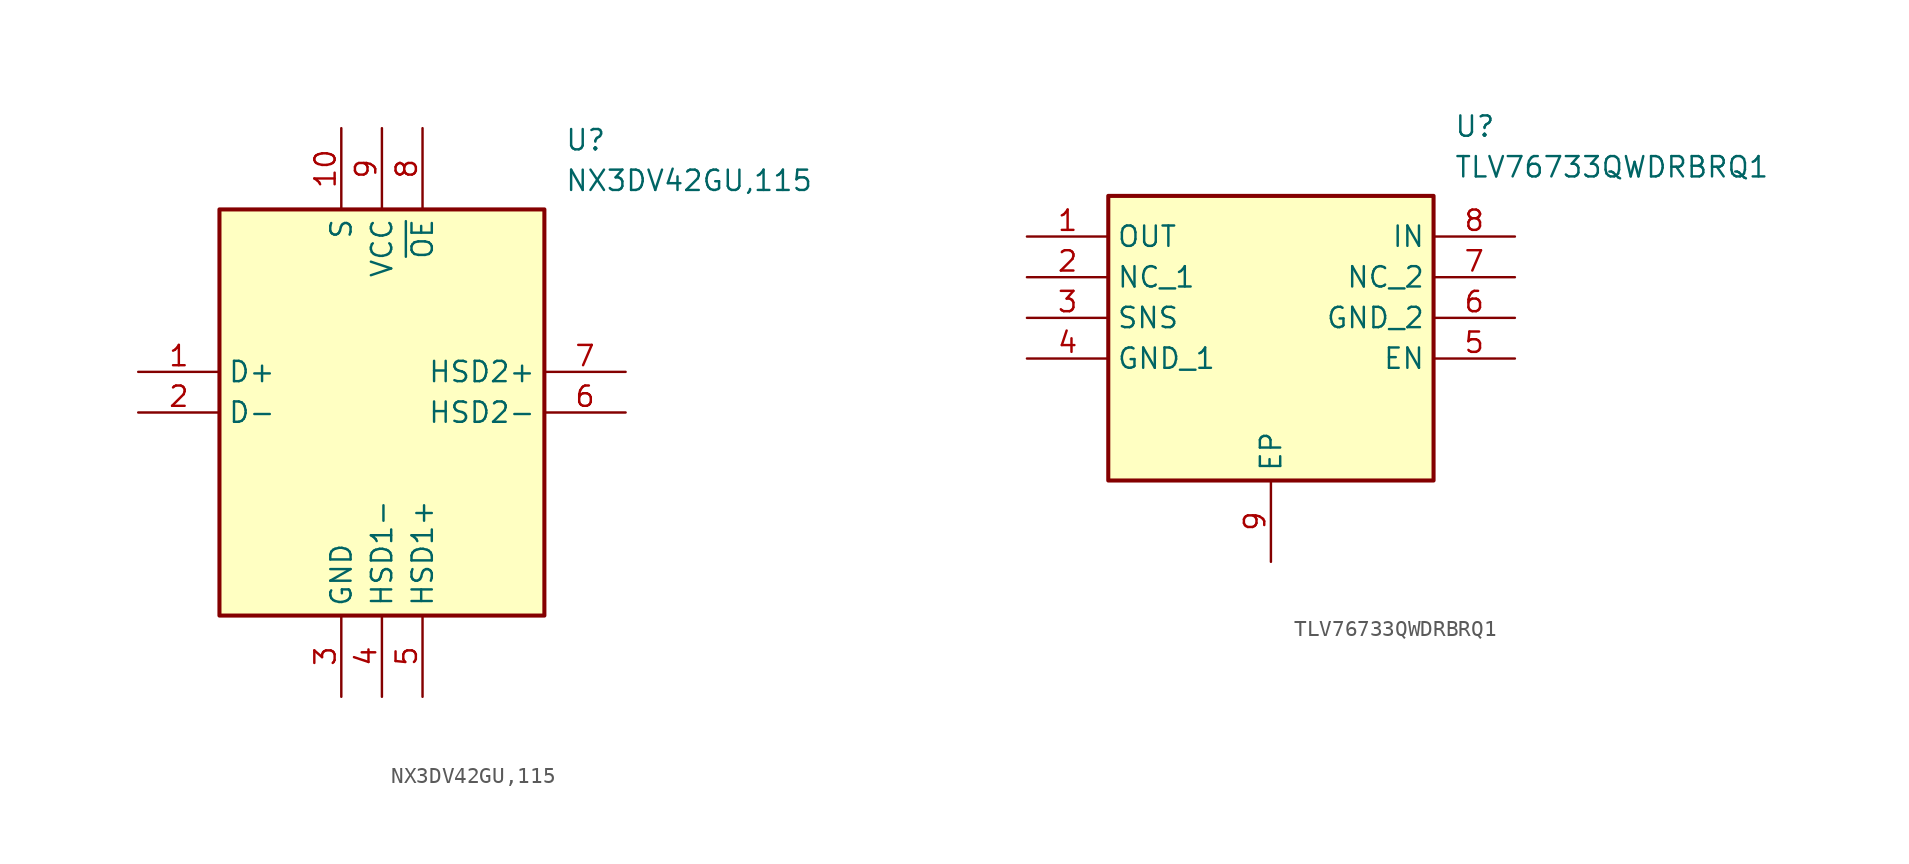
<source format=kicad_sym>
(kicad_symbol_lib
  (version 20231120)
  (generator "kicad_symbol_editor")
  (generator_version "8.0")
  (symbol "NX3DV42GU,115"
    (property "Reference" "U"
      (at 26.67 15.24 0)
      (effects (font (size 1.27 1.27)) (justify left top)))
    (property "Value" "NX3DV42GU,115"
      (at 26.67 12.7 0)
      (effects (font (size 1.27 1.27)) (justify left top)))
    (symbol "NX3DV42GU,115_1_1"
      (rectangle (start 5.08 10.16) (end 25.4 -15.24) (stroke (width 0.254) (type default)) (fill (type background)))
      (pin passive line (at 0 0 0) (length 5.08) (name "D+" (effects (font (size 1.27 1.27)))) (number "1" (effects (font (size 1.27 1.27)))))
      (pin passive line (at 12.7 15.24 270) (length 5.08) (name "S" (effects (font (size 1.27 1.27)))) (number "10" (effects (font (size 1.27 1.27)))))
      (pin passive line (at 0 -2.54 0) (length 5.08) (name "D-" (effects (font (size 1.27 1.27)))) (number "2" (effects (font (size 1.27 1.27)))))
      (pin passive line (at 12.7 -20.32 90) (length 5.08) (name "GND" (effects (font (size 1.27 1.27)))) (number "3" (effects (font (size 1.27 1.27)))))
      (pin passive line (at 15.24 -20.32 90) (length 5.08) (name "HSD1-" (effects (font (size 1.27 1.27)))) (number "4" (effects (font (size 1.27 1.27)))))
      (pin passive line (at 17.78 -20.32 90) (length 5.08) (name "HSD1+" (effects (font (size 1.27 1.27)))) (number "5" (effects (font (size 1.27 1.27)))))
      (pin passive line (at 30.48 -2.54 180) (length 5.08) (name "HSD2-" (effects (font (size 1.27 1.27)))) (number "6" (effects (font (size 1.27 1.27)))))
      (pin passive line (at 30.48 0 180) (length 5.08) (name "HSD2+" (effects (font (size 1.27 1.27)))) (number "7" (effects (font (size 1.27 1.27)))))
      (pin passive line (at 17.78 15.24 270) (length 5.08) (name "~{OE}" (effects (font (size 1.27 1.27)))) (number "8" (effects (font (size 1.27 1.27)))))
      (pin passive line (at 15.24 15.24 270) (length 5.08) (name "VCC" (effects (font (size 1.27 1.27)))) (number "9" (effects (font (size 1.27 1.27)))))))
  (symbol "TLV76733QWDRBRQ1"
    (property "Reference" "U"
      (at 26.67 7.62 0)
      (effects (font (size 1.27 1.27)) (justify left top)))
    (property "Value" "TLV76733QWDRBRQ1"
      (at 26.67 5.08 0)
      (effects (font (size 1.27 1.27)) (justify left top)))
    (symbol "TLV76733QWDRBRQ1_1_1"
      (rectangle (start 5.08 2.54) (end 25.4 -15.24) (stroke (width 0.254) (type default)) (fill (type background)))
      (pin passive line (at 0 0 0) (length 5.08) (name "OUT" (effects (font (size 1.27 1.27)))) (number "1" (effects (font (size 1.27 1.27)))))
      (pin passive line (at 0 -2.54 0) (length 5.08) (name "NC_1" (effects (font (size 1.27 1.27)))) (number "2" (effects (font (size 1.27 1.27)))))
      (pin passive line (at 0 -5.08 0) (length 5.08) (name "SNS" (effects (font (size 1.27 1.27)))) (number "3" (effects (font (size 1.27 1.27)))))
      (pin passive line (at 0 -7.62 0) (length 5.08) (name "GND_1" (effects (font (size 1.27 1.27)))) (number "4" (effects (font (size 1.27 1.27)))))
      (pin passive line (at 30.48 -7.62 180) (length 5.08) (name "EN" (effects (font (size 1.27 1.27)))) (number "5" (effects (font (size 1.27 1.27)))))
      (pin passive line (at 30.48 -5.08 180) (length 5.08) (name "GND_2" (effects (font (size 1.27 1.27)))) (number "6" (effects (font (size 1.27 1.27)))))
      (pin passive line (at 30.48 -2.54 180) (length 5.08) (name "NC_2" (effects (font (size 1.27 1.27)))) (number "7" (effects (font (size 1.27 1.27)))))
      (pin passive line (at 30.48 0 180) (length 5.08) (name "IN" (effects (font (size 1.27 1.27)))) (number "8" (effects (font (size 1.27 1.27)))))
      (pin passive line (at 15.24 -20.32 90) (length 5.08) (name "EP" (effects (font (size 1.27 1.27)))) (number "9" (effects (font (size 1.27 1.27))))))))
</source>
